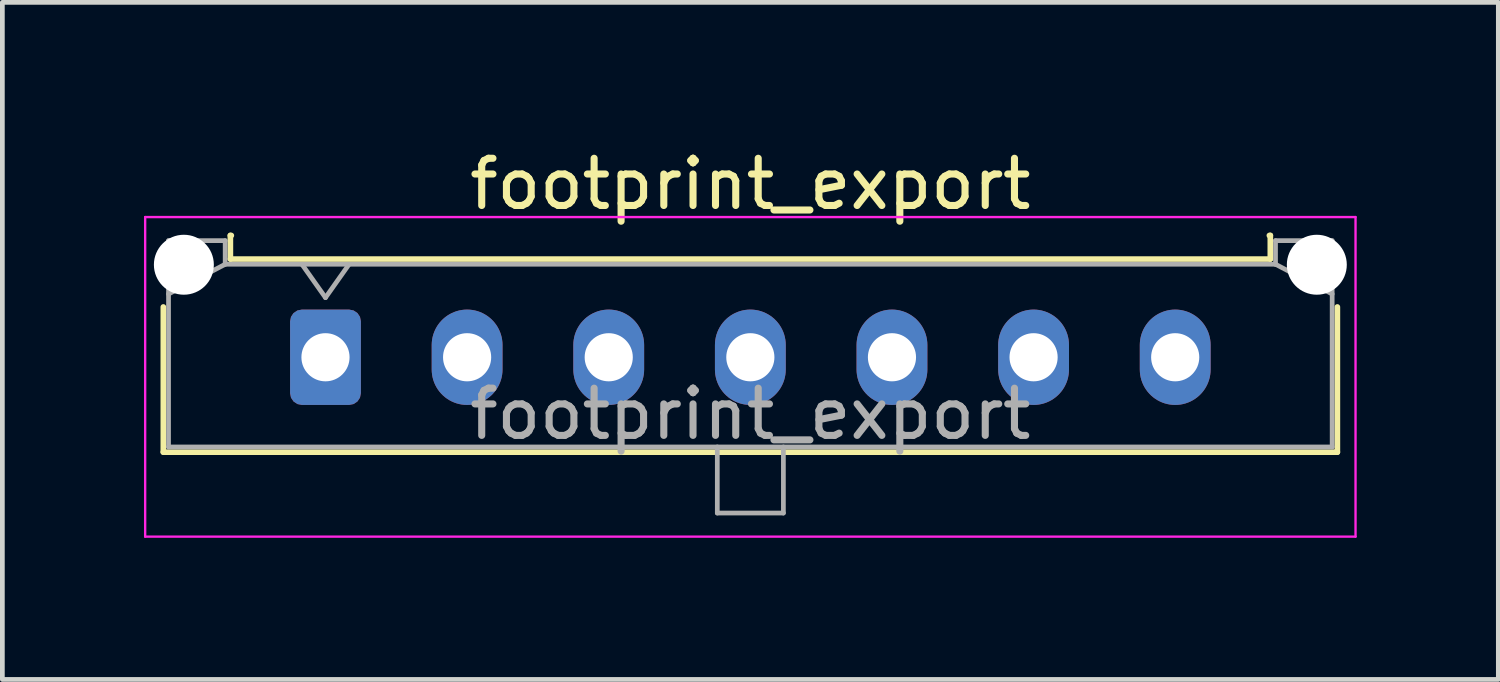
<source format=kicad_pcb>
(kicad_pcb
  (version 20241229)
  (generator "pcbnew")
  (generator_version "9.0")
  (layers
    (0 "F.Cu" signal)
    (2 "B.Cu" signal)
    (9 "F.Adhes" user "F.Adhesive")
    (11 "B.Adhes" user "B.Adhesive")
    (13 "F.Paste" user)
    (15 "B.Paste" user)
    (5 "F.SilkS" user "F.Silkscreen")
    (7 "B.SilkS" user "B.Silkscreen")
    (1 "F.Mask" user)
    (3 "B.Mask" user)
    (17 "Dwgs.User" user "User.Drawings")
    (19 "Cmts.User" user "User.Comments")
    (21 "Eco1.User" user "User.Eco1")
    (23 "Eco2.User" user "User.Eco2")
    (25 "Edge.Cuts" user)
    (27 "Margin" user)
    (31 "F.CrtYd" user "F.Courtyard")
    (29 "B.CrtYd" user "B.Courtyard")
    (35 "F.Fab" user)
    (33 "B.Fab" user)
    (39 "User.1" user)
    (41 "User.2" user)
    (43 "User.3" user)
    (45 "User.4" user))
  (footprint "footprint_export"
    (layer "F.Cu")
    (at 3.845 4.518)
    (property "Reference" "footprint_export" (at 9 -3.67 0) (layer "F.SilkS") (effects (font (size 1 1) (thickness 0.15))))
    (attr through_hole)
    (fp_line (start -3.435 -1.065) (end -3.435 2.01) (stroke (width 0.12) (type solid)) (layer "F.SilkS"))
    (fp_line (start -3.435 2.01) (end 21.435 2.01) (stroke (width 0.12) (type solid)) (layer "F.SilkS"))
    (fp_line (start -2.015 -2.58) (end -2.015 -2.08) (stroke (width 0.12) (type solid)) (layer "F.SilkS"))
    (fp_line (start -2.015 -2.08) (end 20.015 -2.08) (stroke (width 0.12) (type solid)) (layer "F.SilkS"))
    (fp_line (start -1.995 -2.58) (end -2.015 -2.58) (stroke (width 0.12) (type solid)) (layer "F.SilkS"))
    (fp_line (start 20.015 -2.58) (end 19.995 -2.58) (stroke (width 0.12) (type solid)) (layer "F.SilkS"))
    (fp_line (start 20.015 -2.08) (end 20.015 -2.58) (stroke (width 0.12) (type solid)) (layer "F.SilkS"))
    (fp_line (start 21.435 2.01) (end 21.435 -1.065) (stroke (width 0.12) (type solid)) (layer "F.SilkS"))
    (fp_line (start -3.82 -2.97) (end 21.82 -2.97) (stroke (width 0.05) (type solid)) (layer "F.CrtYd"))
    (fp_line (start -3.82 3.8) (end -3.82 -2.97) (stroke (width 0.05) (type solid)) (layer "F.CrtYd"))
    (fp_line (start 21.82 -2.97) (end 21.82 3.8) (stroke (width 0.05) (type solid)) (layer "F.CrtYd"))
    (fp_line (start 21.82 3.8) (end -3.82 3.8) (stroke (width 0.05) (type solid)) (layer "F.CrtYd"))
    (fp_line (start -3.325 -2.47) (end -3.325 1.9) (stroke (width 0.1) (type solid)) (layer "F.Fab"))
    (fp_line (start -3.325 -1.34) (end -2.125 -1.97) (stroke (width 0.1) (type solid)) (layer "F.Fab"))
    (fp_line (start -3.325 1.9) (end 21.325 1.9) (stroke (width 0.1) (type solid)) (layer "F.Fab"))
    (fp_line (start -2.125 -2.47) (end -3.325 -2.47) (stroke (width 0.1) (type solid)) (layer "F.Fab"))
    (fp_line (start -2.125 -1.97) (end -2.125 -2.47) (stroke (width 0.1) (type solid)) (layer "F.Fab"))
    (fp_line (start -0.5 -1.97) (end 0 -1.263) (stroke (width 0.1) (type solid)) (layer "F.Fab"))
    (fp_line (start 0 -1.263) (end 0.5 -1.97) (stroke (width 0.1) (type solid)) (layer "F.Fab"))
    (fp_line (start 8.3 1.9) (end 8.3 3.3) (stroke (width 0.1) (type solid)) (layer "F.Fab"))
    (fp_line (start 8.3 3.3) (end 9.7 3.3) (stroke (width 0.1) (type solid)) (layer "F.Fab"))
    (fp_line (start 9.7 3.3) (end 9.7 1.9) (stroke (width 0.1) (type solid)) (layer "F.Fab"))
    (fp_line (start 20.125 -2.47) (end 20.125 -1.97) (stroke (width 0.1) (type solid)) (layer "F.Fab"))
    (fp_line (start 20.125 -1.97) (end -2.125 -1.97) (stroke (width 0.1) (type solid)) (layer "F.Fab"))
    (fp_line (start 21.325 -2.47) (end 20.125 -2.47) (stroke (width 0.1) (type solid)) (layer "F.Fab"))
    (fp_line (start 21.325 -1.34) (end 20.125 -1.97) (stroke (width 0.1) (type solid)) (layer "F.Fab"))
    (fp_line (start 21.325 1.9) (end 21.325 -2.47) (stroke (width 0.1) (type solid)) (layer "F.Fab"))
    (fp_text user "${REFERENCE}" (at 9 1.2 0) (layer "F.Fab") (effects (font (size 1 1) (thickness 0.15))))
    (pad "" np_thru_hole circle (at -3 -1.96) (size 1.27 1.27) (drill 1.27) (layers "*.Cu" "*.Mask"))
    (pad "" np_thru_hole circle (at 21 -1.96) (size 1.27 1.27) (drill 1.27) (layers "*.Cu" "*.Mask"))
    (pad "1" thru_hole roundrect (at 0 0) (size 1.5 2.02) (drill 1.02) (layers "*.Cu" "*.Mask") (roundrect_rratio 0.167))
    (pad "2" thru_hole oval (at 3 0) (size 1.5 2.02) (drill 1.02) (layers "*.Cu" "*.Mask"))
    (pad "3" thru_hole oval (at 6 0) (size 1.5 2.02) (drill 1.02) (layers "*.Cu" "*.Mask"))
    (pad "4" thru_hole oval (at 9 0) (size 1.5 2.02) (drill 1.02) (layers "*.Cu" "*.Mask"))
    (pad "5" thru_hole oval (at 12 0) (size 1.5 2.02) (drill 1.02) (layers "*.Cu" "*.Mask"))
    (pad "6" thru_hole oval (at 15 0) (size 1.5 2.02) (drill 1.02) (layers "*.Cu" "*.Mask"))
    (pad "7" thru_hole oval (at 18 0) (size 1.5 2.02) (drill 1.02) (layers "*.Cu" "*.Mask")))
  (gr_rect
    (start -3 -3)
    (end 28.69 11.343)
    (stroke (width 0.1) (type default))
    (fill no)
    (layer "Edge.Cuts")))
</source>
